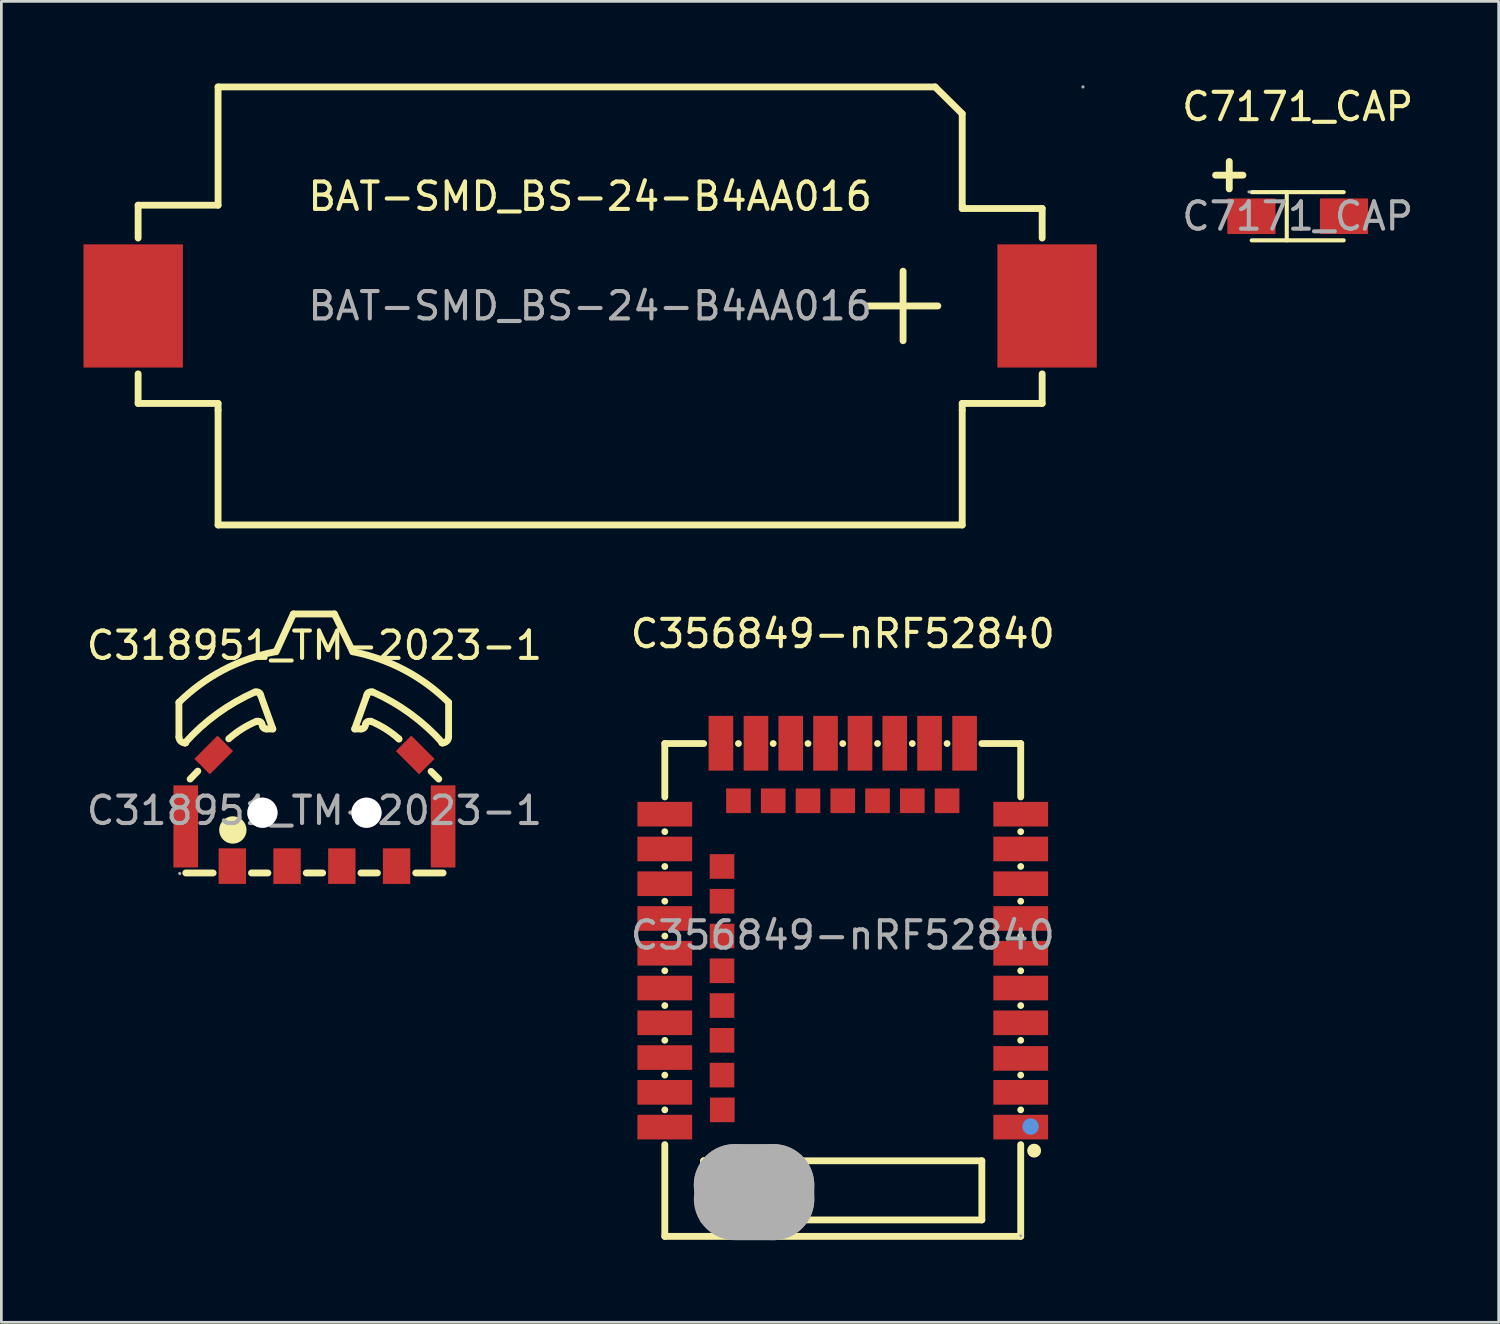
<source format=kicad_pcb>
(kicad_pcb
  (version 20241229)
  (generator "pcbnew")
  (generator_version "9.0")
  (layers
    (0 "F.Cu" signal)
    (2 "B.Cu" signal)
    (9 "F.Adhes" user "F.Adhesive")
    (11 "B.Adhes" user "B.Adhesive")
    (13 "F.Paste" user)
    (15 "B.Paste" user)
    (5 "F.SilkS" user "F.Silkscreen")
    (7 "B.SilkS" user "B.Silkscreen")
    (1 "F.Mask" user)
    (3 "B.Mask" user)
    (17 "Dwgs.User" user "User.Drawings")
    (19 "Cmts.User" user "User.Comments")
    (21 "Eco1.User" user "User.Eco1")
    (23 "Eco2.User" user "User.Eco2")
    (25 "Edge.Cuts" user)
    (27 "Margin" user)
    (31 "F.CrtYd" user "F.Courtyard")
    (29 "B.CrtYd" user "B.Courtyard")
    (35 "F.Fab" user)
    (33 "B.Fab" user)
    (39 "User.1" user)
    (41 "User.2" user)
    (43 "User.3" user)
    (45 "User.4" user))
  (footprint "BAT-SMD_BS-24-B4AA016"
    (layer "F.Cu")
    (at 18.505 8.125)
    (property "Reference" "BAT-SMD_BS-24-B4AA016" (at 0 -4 0) (layer "F.SilkS") (effects (font (size 1 1) (thickness 0.15))))
    (attr smd)
    (fp_line (start -16.51 -3.68) (end -16.51 -2.48) (stroke (width 0.25) (type solid)) (layer "F.SilkS"))
    (fp_line (start -16.51 2.48) (end -16.51 3.56) (stroke (width 0.25) (type solid)) (layer "F.SilkS"))
    (fp_line (start -16.51 3.56) (end -13.59 3.56) (stroke (width 0.25) (type solid)) (layer "F.SilkS"))
    (fp_line (start -13.59 -8) (end -13.59 -3.68) (stroke (width 0.25) (type solid)) (layer "F.SilkS"))
    (fp_line (start -13.59 -3.68) (end -16.51 -3.68) (stroke (width 0.25) (type solid)) (layer "F.SilkS"))
    (fp_line (start -13.59 3.56) (end -13.59 3.81) (stroke (width 0.25) (type solid)) (layer "F.SilkS"))
    (fp_line (start -13.59 3.81) (end -13.59 8) (stroke (width 0.25) (type solid)) (layer "F.SilkS"))
    (fp_line (start -13.59 8) (end 13.59 8) (stroke (width 0.25) (type solid)) (layer "F.SilkS"))
    (fp_line (start 10.16 0) (end 12.7 0) (stroke (width 0.25) (type solid)) (layer "F.SilkS"))
    (fp_line (start 11.43 -1.27) (end 11.43 1.27) (stroke (width 0.25) (type solid)) (layer "F.SilkS"))
    (fp_line (start 12.6 -8) (end -13.59 -8) (stroke (width 0.25) (type solid)) (layer "F.SilkS"))
    (fp_line (start 12.6 -8) (end 13.59 -7.02) (stroke (width 0.25) (type solid)) (layer "F.SilkS"))
    (fp_line (start 13.59 -3.68) (end 13.59 -7.02) (stroke (width 0.25) (type solid)) (layer "F.SilkS"))
    (fp_line (start 13.59 -3.68) (end 13.59 -3.56) (stroke (width 0.25) (type solid)) (layer "F.SilkS"))
    (fp_line (start 13.59 -3.56) (end 16.51 -3.56) (stroke (width 0.25) (type solid)) (layer "F.SilkS"))
    (fp_line (start 13.59 3.56) (end 13.59 3.81) (stroke (width 0.25) (type solid)) (layer "F.SilkS"))
    (fp_line (start 13.59 8) (end 13.59 3.81) (stroke (width 0.25) (type solid)) (layer "F.SilkS"))
    (fp_line (start 16.51 -3.56) (end 16.51 -2.48) (stroke (width 0.25) (type solid)) (layer "F.SilkS"))
    (fp_line (start 16.51 2.48) (end 16.51 3.56) (stroke (width 0.25) (type solid)) (layer "F.SilkS"))
    (fp_line (start 16.51 3.56) (end 13.59 3.56) (stroke (width 0.25) (type solid)) (layer "F.SilkS"))
    (fp_circle (center 18 -8) (end 18.03 -8) (stroke (width 0.06) (type solid)) (fill no) (layer "F.Fab"))
    (fp_text user "${REFERENCE}" (at 0 0 0) (layer "F.Fab") (effects (font (size 1 1) (thickness 0.15))))
    (pad "1" smd rect (at 16.69 0) (size 3.63 4.5) (layers "F.Cu" "F.Mask" "F.Paste"))
    (pad "2" smd rect (at -16.69 0) (size 3.63 4.5) (layers "F.Cu" "F.Mask" "F.Paste")))
  (footprint "C356849-nRF52840"
    (layer "F.Cu")
    (at 27.732 31.108)
    (property "Reference" "C356849-nRF52840" (at 0 -11.01 0) (layer "F.SilkS") (effects (font (size 1 1) (thickness 0.15))))
    (attr smd)
    (fp_line (start -6.5 -7) (end -6.5 -5.05) (stroke (width 0.25) (type solid)) (layer "F.SilkS"))
    (fp_line (start -6.5 -7) (end -5.08 -7) (stroke (width 0.25) (type solid)) (layer "F.SilkS"))
    (fp_line (start -6.5 -3.78) (end -6.5 -3.78) (stroke (width 0.25) (type solid)) (layer "F.SilkS"))
    (fp_line (start -6.5 -2.51) (end -6.5 -2.51) (stroke (width 0.25) (type solid)) (layer "F.SilkS"))
    (fp_line (start -6.5 -1.24) (end -6.5 -1.24) (stroke (width 0.25) (type solid)) (layer "F.SilkS"))
    (fp_line (start -6.5 0.03) (end -6.5 0.03) (stroke (width 0.25) (type solid)) (layer "F.SilkS"))
    (fp_line (start -6.5 1.3) (end -6.5 1.3) (stroke (width 0.25) (type solid)) (layer "F.SilkS"))
    (fp_line (start -6.5 2.57) (end -6.5 2.57) (stroke (width 0.25) (type solid)) (layer "F.SilkS"))
    (fp_line (start -6.5 3.84) (end -6.5 3.84) (stroke (width 0.25) (type solid)) (layer "F.SilkS"))
    (fp_line (start -6.5 5.11) (end -6.5 5.11) (stroke (width 0.25) (type solid)) (layer "F.SilkS"))
    (fp_line (start -6.5 6.38) (end -6.5 6.38) (stroke (width 0.25) (type solid)) (layer "F.SilkS"))
    (fp_line (start -6.5 7.65) (end -6.5 11) (stroke (width 0.25) (type solid)) (layer "F.SilkS"))
    (fp_line (start -5.08 8.24) (end 5.08 8.24) (stroke (width 0.25) (type solid)) (layer "F.SilkS"))
    (fp_line (start -5.08 10.4) (end -5.08 8.24) (stroke (width 0.25) (type solid)) (layer "F.SilkS"))
    (fp_line (start -3.81 -7) (end -3.81 -7) (stroke (width 0.25) (type solid)) (layer "F.SilkS"))
    (fp_line (start -2.54 -7) (end -2.54 -7) (stroke (width 0.25) (type solid)) (layer "F.SilkS"))
    (fp_line (start -1.27 -7) (end -1.27 -7) (stroke (width 0.25) (type solid)) (layer "F.SilkS"))
    (fp_line (start 0 -7) (end 0 -7) (stroke (width 0.25) (type solid)) (layer "F.SilkS"))
    (fp_line (start 1.27 -7) (end 1.27 -7) (stroke (width 0.25) (type solid)) (layer "F.SilkS"))
    (fp_line (start 2.54 -7) (end 2.54 -7) (stroke (width 0.25) (type solid)) (layer "F.SilkS"))
    (fp_line (start 3.81 -7) (end 3.81 -7) (stroke (width 0.25) (type solid)) (layer "F.SilkS"))
    (fp_line (start 5.08 -7) (end 6.5 -7) (stroke (width 0.25) (type solid)) (layer "F.SilkS"))
    (fp_line (start 5.08 8.24) (end 5.08 10.4) (stroke (width 0.25) (type solid)) (layer "F.SilkS"))
    (fp_line (start 5.08 10.4) (end -5.08 10.4) (stroke (width 0.25) (type solid)) (layer "F.SilkS"))
    (fp_line (start 6.5 -7) (end 6.5 -5.05) (stroke (width 0.25) (type solid)) (layer "F.SilkS"))
    (fp_line (start 6.5 -3.78) (end 6.5 -3.78) (stroke (width 0.25) (type solid)) (layer "F.SilkS"))
    (fp_line (start 6.5 -2.51) (end 6.5 -2.51) (stroke (width 0.25) (type solid)) (layer "F.SilkS"))
    (fp_line (start 6.5 -1.24) (end 6.5 -1.24) (stroke (width 0.25) (type solid)) (layer "F.SilkS"))
    (fp_line (start 6.5 0.03) (end 6.5 0.03) (stroke (width 0.25) (type solid)) (layer "F.SilkS"))
    (fp_line (start 6.5 1.3) (end 6.5 1.3) (stroke (width 0.25) (type solid)) (layer "F.SilkS"))
    (fp_line (start 6.5 2.57) (end 6.5 2.57) (stroke (width 0.25) (type solid)) (layer "F.SilkS"))
    (fp_line (start 6.5 3.84) (end 6.5 3.84) (stroke (width 0.25) (type solid)) (layer "F.SilkS"))
    (fp_line (start 6.5 5.11) (end 6.5 5.11) (stroke (width 0.25) (type solid)) (layer "F.SilkS"))
    (fp_line (start 6.5 6.38) (end 6.5 6.38) (stroke (width 0.25) (type solid)) (layer "F.SilkS"))
    (fp_line (start 6.5 7.65) (end 6.5 11) (stroke (width 0.25) (type solid)) (layer "F.SilkS"))
    (fp_line (start 6.5 11) (end -6.5 11) (stroke (width 0.25) (type solid)) (layer "F.SilkS"))
    (fp_circle (center 6.99 7.87) (end 7.12 7.87) (stroke (width 0.25) (type solid)) (fill no) (layer "F.SilkS"))
    (fp_circle (center 6.86 6.99) (end 7.01 6.99) (stroke (width 0.3) (type solid)) (fill no) (layer "Cmts.User"))
    (fp_line (start -3.94 9.13) (end -3.94 9.13) (stroke (width 3) (type solid)) (layer "F.Fab"))
    (fp_line (start -3.94 9.13) (end -2.54 9.13) (stroke (width 3) (type solid)) (layer "F.Fab"))
    (fp_line (start -2.54 9.13) (end -2.54 9.64) (stroke (width 3) (type solid)) (layer "F.Fab"))
    (fp_line (start -2.54 9.64) (end -3.94 9.64) (stroke (width 3) (type solid)) (layer "F.Fab"))
    (fp_circle (center 6.5 10.98) (end 6.53 10.98) (stroke (width 0.06) (type solid)) (fill no) (layer "F.Fab"))
    (fp_text user "${REFERENCE}" (at 0 0 0) (layer "F.Fab") (effects (font (size 1 1) (thickness 0.15))))
    (pad "1" smd rect (at 6.5 7.01 90) (size 0.9 2) (layers "F.Cu" "F.Mask" "F.Paste"))
    (pad "2" smd rect (at 6.5 5.74 90) (size 0.9 2) (layers "F.Cu" "F.Mask" "F.Paste"))
    (pad "3" smd rect (at 6.5 4.5 90) (size 0.9 2) (layers "F.Cu" "F.Mask" "F.Paste"))
    (pad "4" smd rect (at 6.5 3.2 90) (size 0.9 2) (layers "F.Cu" "F.Mask" "F.Paste"))
    (pad "5" smd rect (at 6.5 1.93 90) (size 0.9 2) (layers "F.Cu" "F.Mask" "F.Paste"))
    (pad "6" smd rect (at 6.5 0.66 90) (size 0.9 2) (layers "F.Cu" "F.Mask" "F.Paste"))
    (pad "7" smd rect (at 6.5 -0.61 90) (size 0.9 2) (layers "F.Cu" "F.Mask" "F.Paste"))
    (pad "8" smd rect (at 6.5 -1.88 90) (size 0.9 2) (layers "F.Cu" "F.Mask" "F.Paste"))
    (pad "9" smd rect (at 6.5 -3.15 90) (size 0.9 2) (layers "F.Cu" "F.Mask" "F.Paste"))
    (pad "10" smd rect (at 6.5 -4.42 90) (size 0.9 2) (layers "F.Cu" "F.Mask" "F.Paste"))
    (pad "11" smd rect (at 4.45 -7.01 180) (size 0.9 2) (layers "F.Cu" "F.Mask" "F.Paste"))
    (pad "12" smd rect (at 3.81 -4.91 180) (size 0.9 0.9) (layers "F.Cu" "F.Mask" "F.Paste"))
    (pad "13" smd rect (at 3.17 -7.01 180) (size 0.9 2) (layers "F.Cu" "F.Mask" "F.Paste"))
    (pad "14" smd rect (at 2.54 -4.91 180) (size 0.9 0.9) (layers "F.Cu" "F.Mask" "F.Paste"))
    (pad "15" smd rect (at 1.9 -7.01 180) (size 0.9 2) (layers "F.Cu" "F.Mask" "F.Paste"))
    (pad "16" smd rect (at 1.27 -4.91 180) (size 0.9 0.9) (layers "F.Cu" "F.Mask" "F.Paste"))
    (pad "17" smd rect (at 0.63 -7.01 180) (size 0.9 2) (layers "F.Cu" "F.Mask" "F.Paste"))
    (pad "18" smd rect (at 0 -4.91 180) (size 0.9 0.9) (layers "F.Cu" "F.Mask" "F.Paste"))
    (pad "19" smd rect (at -0.63 -7.01 180) (size 0.9 2) (layers "F.Cu" "F.Mask" "F.Paste"))
    (pad "20" smd rect (at -1.27 -4.91 180) (size 0.9 0.9) (layers "F.Cu" "F.Mask" "F.Paste"))
    (pad "21" smd rect (at -1.9 -7.01 180) (size 0.9 2) (layers "F.Cu" "F.Mask" "F.Paste"))
    (pad "22" smd rect (at -2.54 -4.91 180) (size 0.9 0.9) (layers "F.Cu" "F.Mask" "F.Paste"))
    (pad "23" smd rect (at -3.17 -7.01 180) (size 0.9 2) (layers "F.Cu" "F.Mask" "F.Paste"))
    (pad "24" smd rect (at -3.81 -4.91 180) (size 0.9 0.9) (layers "F.Cu" "F.Mask" "F.Paste"))
    (pad "25" smd rect (at -4.45 -7.01 180) (size 0.9 2) (layers "F.Cu" "F.Mask" "F.Paste"))
    (pad "26" smd rect (at -6.5 -4.42 270) (size 0.9 2) (layers "F.Cu" "F.Mask" "F.Paste"))
    (pad "27" smd rect (at -6.5 -3.15 270) (size 0.9 2) (layers "F.Cu" "F.Mask" "F.Paste"))
    (pad "28" smd rect (at -4.41 -2.51 270) (size 0.9 0.9) (layers "F.Cu" "F.Mask" "F.Paste"))
    (pad "29" smd rect (at -6.5 -1.88 270) (size 0.9 2) (layers "F.Cu" "F.Mask" "F.Paste"))
    (pad "30" smd rect (at -4.41 -1.24 270) (size 0.9 0.9) (layers "F.Cu" "F.Mask" "F.Paste"))
    (pad "31" smd rect (at -6.5 -0.61 270) (size 0.9 2) (layers "F.Cu" "F.Mask" "F.Paste"))
    (pad "32" smd rect (at -4.41 0.03 270) (size 0.9 0.9) (layers "F.Cu" "F.Mask" "F.Paste"))
    (pad "33" smd rect (at -6.5 0.66 270) (size 0.9 2) (layers "F.Cu" "F.Mask" "F.Paste"))
    (pad "34" smd rect (at -4.41 1.3 270) (size 0.9 0.9) (layers "F.Cu" "F.Mask" "F.Paste"))
    (pad "35" smd rect (at -6.5 1.93 270) (size 0.9 2) (layers "F.Cu" "F.Mask" "F.Paste"))
    (pad "36" smd rect (at -4.41 2.57 270) (size 0.9 0.9) (layers "F.Cu" "F.Mask" "F.Paste"))
    (pad "37" smd rect (at -6.5 3.2 270) (size 0.9 2) (layers "F.Cu" "F.Mask" "F.Paste"))
    (pad "38" smd rect (at -4.41 3.84 270) (size 0.9 0.9) (layers "F.Cu" "F.Mask" "F.Paste"))
    (pad "39" smd rect (at -6.5 4.47 270) (size 0.9 2) (layers "F.Cu" "F.Mask" "F.Paste"))
    (pad "40" smd rect (at -4.41 5.11 270) (size 0.9 0.9) (layers "F.Cu" "F.Mask" "F.Paste"))
    (pad "41" smd rect (at -6.5 5.74 270) (size 0.9 2) (layers "F.Cu" "F.Mask" "F.Paste"))
    (pad "42" smd rect (at -4.4 6.38 270) (size 0.9 0.9) (layers "F.Cu" "F.Mask" "F.Paste"))
    (pad "43" smd rect (at -6.5 7.01 270) (size 0.9 2) (layers "F.Cu" "F.Mask" "F.Paste")))
  (footprint "C318951_TM-2023-1"
    (layer "F.Cu")
    (at 8.435 26.555)
    (property "Reference" "C318951_TM-2023-1" (at 0 -6.03 0) (layer "F.SilkS") (effects (font (size 1 1) (thickness 0.15))))
    (attr smd)
    (fp_line (start -4.95 -3.95) (end -4.95 -2.69) (stroke (width 0.25) (type solid)) (layer "F.SilkS"))
    (fp_line (start -4.73 -2.47) (end -4.7 -2.47) (stroke (width 0.25) (type solid)) (layer "F.SilkS"))
    (fp_line (start -4.7 2.28) (end -3.7 2.28) (stroke (width 0.25) (type solid)) (layer "F.SilkS"))
    (fp_line (start -4.26 -1.44) (end -4.54 -1.15) (stroke (width 0.25) (type solid)) (layer "F.SilkS"))
    (fp_line (start -2.3 2.28) (end -1.7 2.28) (stroke (width 0.25) (type solid)) (layer "F.SilkS"))
    (fp_line (start -2.09 -4.33) (end -2.17 -4.33) (stroke (width 0.25) (type solid)) (layer "F.SilkS"))
    (fp_line (start -2.04 -3.26) (end -2.11 -3.26) (stroke (width 0.25) (type solid)) (layer "F.SilkS"))
    (fp_line (start -1.52 -2.98) (end -1.96 -4.2) (stroke (width 0.25) (type solid)) (layer "F.SilkS"))
    (fp_line (start -1.52 -2.98) (end -1.76 -2.98) (stroke (width 0.25) (type solid)) (layer "F.SilkS"))
    (fp_line (start -0.77 -7.18) (end -1.4 -5.8) (stroke (width 0.25) (type solid)) (layer "F.SilkS"))
    (fp_line (start -0.77 -7.18) (end 0.73 -7.18) (stroke (width 0.25) (type solid)) (layer "F.SilkS"))
    (fp_line (start -0.3 2.28) (end 0.3 2.28) (stroke (width 0.25) (type solid)) (layer "F.SilkS"))
    (fp_line (start 0.73 -7.18) (end 1.4 -5.8) (stroke (width 0.25) (type solid)) (layer "F.SilkS"))
    (fp_line (start 1.47 -2.98) (end 1.71 -2.98) (stroke (width 0.25) (type solid)) (layer "F.SilkS"))
    (fp_line (start 1.47 -2.98) (end 1.91 -4.2) (stroke (width 0.25) (type solid)) (layer "F.SilkS"))
    (fp_line (start 1.7 2.28) (end 2.3 2.28) (stroke (width 0.25) (type solid)) (layer "F.SilkS"))
    (fp_line (start 1.99 -3.26) (end 2.06 -3.26) (stroke (width 0.25) (type solid)) (layer "F.SilkS"))
    (fp_line (start 2.04 -4.33) (end 2.12 -4.33) (stroke (width 0.25) (type solid)) (layer "F.SilkS"))
    (fp_line (start 3.08 -2.62) (end 3.09 -2.61) (stroke (width 0.25) (type solid)) (layer "F.SilkS"))
    (fp_line (start 3.7 2.28) (end 4.7 2.28) (stroke (width 0.25) (type solid)) (layer "F.SilkS"))
    (fp_line (start 4.26 -1.43) (end 4.54 -1.15) (stroke (width 0.25) (type solid)) (layer "F.SilkS"))
    (fp_line (start 4.68 -2.47) (end 4.65 -2.47) (stroke (width 0.25) (type solid)) (layer "F.SilkS"))
    (fp_line (start 4.9 -3.95) (end 4.9 -2.69) (stroke (width 0.25) (type solid)) (layer "F.SilkS"))
    (fp_arc (start -4.95 -3.95) (mid -3.333173 -5.13252) (end -1.443452 -5.796924) (stroke (width 0.25) (type solid)) (layer "F.SilkS"))
    (fp_arc (start -4.73 -2.47) (mid -4.885563 -2.534437) (end -4.95 -2.69) (stroke (width 0.25) (type solid)) (layer "F.SilkS"))
    (fp_arc (start -4.73 -2.47) (mid -3.551367 -3.535307) (end -2.174779 -4.328441) (stroke (width 0.25) (type solid)) (layer "F.SilkS"))
    (fp_arc (start -3.13 -2.62) (mid -2.647584 -2.981522) (end -2.113013 -3.260192) (stroke (width 0.25) (type solid)) (layer "F.SilkS"))
    (fp_arc (start -2.09 -4.33) (mid -1.998076 -4.291924) (end -1.96 -4.2) (stroke (width 0.25) (type solid)) (layer "F.SilkS"))
    (fp_arc (start -2.04 -3.26) (mid -1.948076 -3.221924) (end -1.91 -3.13) (stroke (width 0.25) (type solid)) (layer "F.SilkS"))
    (fp_arc (start -1.76 -2.98) (mid -1.866066 -3.023934) (end -1.91 -3.13) (stroke (width 0.25) (type solid)) (layer "F.SilkS"))
    (fp_arc (start 1.401179 -5.800623) (mid 3.28698 -5.133174) (end 4.9 -3.95) (stroke (width 0.25) (type solid)) (layer "F.SilkS"))
    (fp_arc (start 1.86 -3.13) (mid 1.816066 -3.023934) (end 1.71 -2.98) (stroke (width 0.25) (type solid)) (layer "F.SilkS"))
    (fp_arc (start 1.86 -3.13) (mid 1.898076 -3.221924) (end 1.99 -3.26) (stroke (width 0.25) (type solid)) (layer "F.SilkS"))
    (fp_arc (start 1.91 -4.2) (mid 1.948076 -4.291924) (end 2.04 -4.33) (stroke (width 0.25) (type solid)) (layer "F.SilkS"))
    (fp_arc (start 2.063013 -3.260192) (mid 2.597584 -2.981522) (end 3.08 -2.62) (stroke (width 0.25) (type solid)) (layer "F.SilkS"))
    (fp_arc (start 2.123891 -4.33256) (mid 3.501142 -3.537413) (end 4.68 -2.47) (stroke (width 0.25) (type solid)) (layer "F.SilkS"))
    (fp_arc (start 4.9 -2.69) (mid 4.835563 -2.534437) (end 4.68 -2.47) (stroke (width 0.25) (type solid)) (layer "F.SilkS"))
    (fp_circle (center -2.98 0.71) (end -2.73 0.71) (stroke (width 0.5) (type solid)) (fill no) (layer "F.SilkS"))
    (fp_circle (center -1.9 0.08) (end -1.7 0.08) (stroke (width 0.4) (type solid)) (fill no) (layer "Cmts.User"))
    (fp_circle (center 1.9 0.08) (end 2.1 0.08) (stroke (width 0.4) (type solid)) (fill no) (layer "Cmts.User"))
    (fp_circle (center -4.92 2.3) (end -4.89 2.3) (stroke (width 0.06) (type solid)) (fill no) (layer "F.Fab"))
    (fp_text user "${REFERENCE}" (at 0 0 0) (layer "F.Fab") (effects (font (size 1 1) (thickness 0.15))))
    (pad "" thru_hole circle (at -1.9 0.08) (size 1.1 1.1) (drill 1.1) (layers "*.Cu" "*.Mask"))
    (pad "" thru_hole circle (at 1.9 0.08) (size 1.1 1.1) (drill 1.1) (layers "*.Cu" "*.Mask"))
    (pad "1" smd rect (at -3 2.03) (size 1 1.3) (layers "F.Cu" "F.Mask" "F.Paste"))
    (pad "2" smd rect (at 3 2.03) (size 1 1.3) (layers "F.Cu" "F.Mask" "F.Paste"))
    (pad "3" smd rect (at -4.7 0.58) (size 0.9 3) (layers "F.Cu" "F.Mask" "F.Paste"))
    (pad "4" smd rect (at 4.7 0.58) (size 0.9 3) (layers "F.Cu" "F.Mask" "F.Paste"))
    (pad "5" smd rect (at 3.68 -2.03 315) (size 1.2 0.8) (layers "F.Cu" "F.Mask" "F.Paste"))
    (pad "6" smd rect (at -3.68 -2.03 45) (size 1.2 0.8) (layers "F.Cu" "F.Mask" "F.Paste"))
    (pad "C" smd rect (at -1 2.03) (size 1 1.3) (layers "F.Cu" "F.Mask" "F.Paste"))
    (pad "T" smd rect (at 1 2.03) (size 1 1.3) (layers "F.Cu" "F.Mask" "F.Paste")))
  (footprint "C7171_CAP"
    (layer "F.Cu")
    (at 44.349 4.848)
    (property "Reference" "C7171_CAP" (at 0 -4 0) (layer "F.SilkS") (effects (font (size 1 1) (thickness 0.15))))
    (attr smd)
    (fp_line (start -3 -1.5) (end -2 -1.5) (stroke (width 0.25) (type solid)) (layer "F.SilkS"))
    (fp_line (start -2.5 -2) (end -2.5 -1) (stroke (width 0.25) (type solid)) (layer "F.SilkS"))
    (fp_line (start -0.4 0.88) (end -0.4 -0.88) (stroke (width 0.15) (type solid)) (layer "F.SilkS"))
    (fp_line (start 1.68 -0.88) (end -1.68 -0.88) (stroke (width 0.15) (type solid)) (layer "F.SilkS"))
    (fp_line (start 1.68 0.88) (end -1.68 0.88) (stroke (width 0.15) (type solid)) (layer "F.SilkS"))
    (fp_circle (center -1.78 -0.89) (end -1.75 -0.89) (stroke (width 0.06) (type solid)) (fill no) (layer "F.Fab"))
    (fp_text user "${REFERENCE}" (at 0 0 0) (layer "F.Fab") (effects (font (size 1 1) (thickness 0.15))))
    (pad "1" smd rect (at -1.69 0 180) (size 1.76 1.3) (layers "F.Cu" "F.Mask" "F.Paste"))
    (pad "2" smd rect (at 1.69 0 180) (size 1.76 1.3) (layers "F.Cu" "F.Mask" "F.Paste")))
  (gr_rect
    (start -3 -3)
    (end 51.689 45.248)
    (stroke (width 0.1) (type default))
    (fill no)
    (layer "Edge.Cuts")))
</source>
